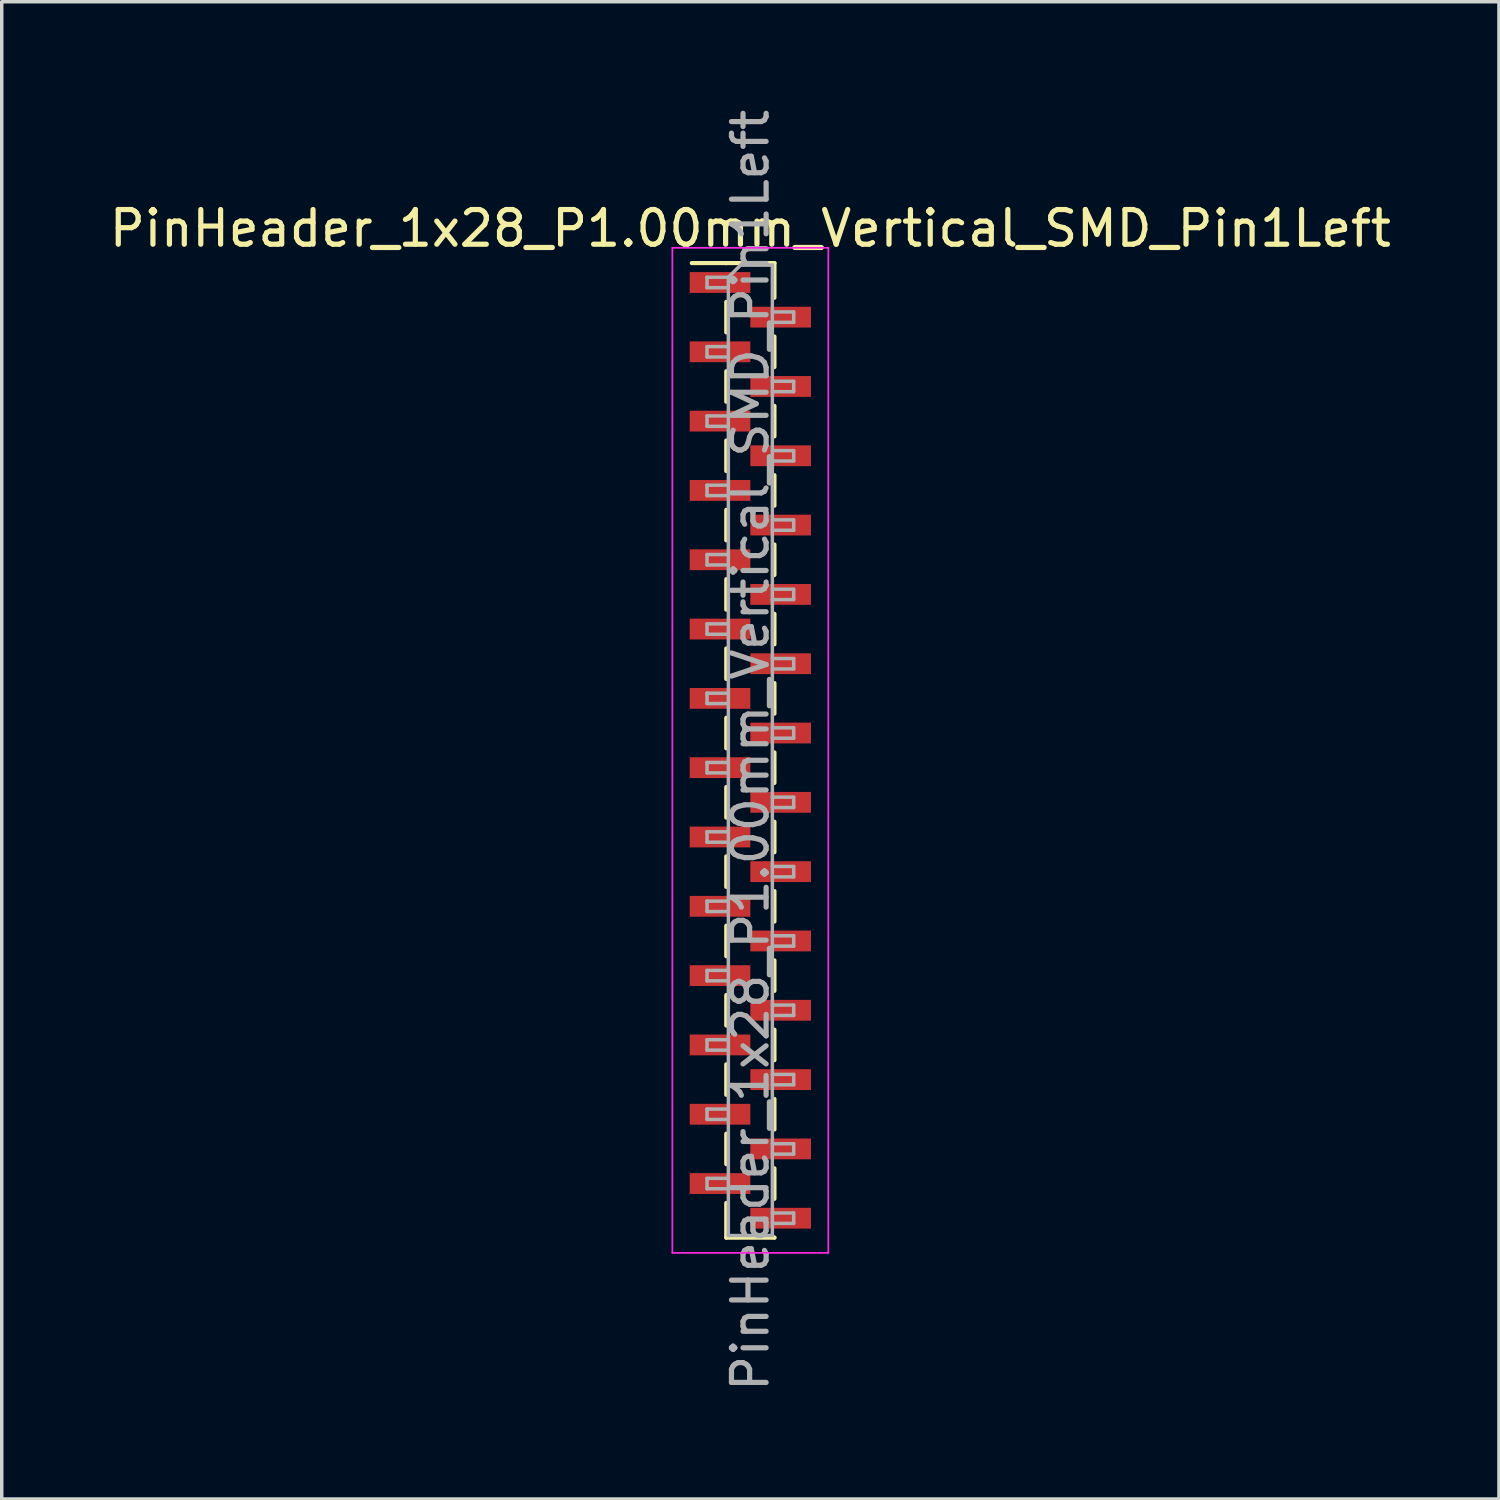
<source format=kicad_pcb>
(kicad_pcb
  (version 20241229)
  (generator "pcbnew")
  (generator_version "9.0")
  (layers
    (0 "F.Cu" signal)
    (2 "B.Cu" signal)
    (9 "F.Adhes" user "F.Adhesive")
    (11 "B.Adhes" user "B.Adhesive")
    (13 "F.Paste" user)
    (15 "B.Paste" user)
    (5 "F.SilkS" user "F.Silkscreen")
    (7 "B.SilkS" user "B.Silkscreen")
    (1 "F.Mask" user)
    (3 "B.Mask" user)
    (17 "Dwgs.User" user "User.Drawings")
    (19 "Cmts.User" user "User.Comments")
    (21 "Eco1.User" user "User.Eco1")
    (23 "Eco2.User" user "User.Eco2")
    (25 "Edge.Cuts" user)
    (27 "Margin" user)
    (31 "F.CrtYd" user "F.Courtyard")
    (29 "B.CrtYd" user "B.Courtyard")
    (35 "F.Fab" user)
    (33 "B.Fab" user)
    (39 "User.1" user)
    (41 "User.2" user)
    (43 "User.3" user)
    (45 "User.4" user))
  (footprint "PinHeader_1x28_P1.00mm_Vertical_SMD_Pin1Left"
    (layer "F.Cu")
    (at 18.601 18.601)
    (property "Reference" "PinHeader_1x28_P1.00mm_Vertical_SMD_Pin1Left" (at 0 -15.06 0) (layer "F.SilkS") (effects (font (size 1 1) (thickness 0.15))))
    (attr smd)
    (fp_line (start -0.695 -14.06) (end -1.69 -14.06) (stroke (width 0.12) (type solid)) (layer "F.SilkS"))
    (fp_line (start -0.695 -14.06) (end -0.695 -14.06) (stroke (width 0.12) (type solid)) (layer "F.SilkS"))
    (fp_line (start -0.695 -14.06) (end 0.695 -14.06) (stroke (width 0.12) (type solid)) (layer "F.SilkS"))
    (fp_line (start -0.695 -12.94) (end -0.695 -12.06) (stroke (width 0.12) (type solid)) (layer "F.SilkS"))
    (fp_line (start -0.695 -10.94) (end -0.695 -10.06) (stroke (width 0.12) (type solid)) (layer "F.SilkS"))
    (fp_line (start -0.695 -8.94) (end -0.695 -8.06) (stroke (width 0.12) (type solid)) (layer "F.SilkS"))
    (fp_line (start -0.695 -6.94) (end -0.695 -6.06) (stroke (width 0.12) (type solid)) (layer "F.SilkS"))
    (fp_line (start -0.695 -4.94) (end -0.695 -4.06) (stroke (width 0.12) (type solid)) (layer "F.SilkS"))
    (fp_line (start -0.695 -2.94) (end -0.695 -2.06) (stroke (width 0.12) (type solid)) (layer "F.SilkS"))
    (fp_line (start -0.695 -0.94) (end -0.695 -0.06) (stroke (width 0.12) (type solid)) (layer "F.SilkS"))
    (fp_line (start -0.695 1.06) (end -0.695 1.94) (stroke (width 0.12) (type solid)) (layer "F.SilkS"))
    (fp_line (start -0.695 3.06) (end -0.695 3.94) (stroke (width 0.12) (type solid)) (layer "F.SilkS"))
    (fp_line (start -0.695 5.06) (end -0.695 5.94) (stroke (width 0.12) (type solid)) (layer "F.SilkS"))
    (fp_line (start -0.695 7.06) (end -0.695 7.94) (stroke (width 0.12) (type solid)) (layer "F.SilkS"))
    (fp_line (start -0.695 9.06) (end -0.695 9.94) (stroke (width 0.12) (type solid)) (layer "F.SilkS"))
    (fp_line (start -0.695 11.06) (end -0.695 11.94) (stroke (width 0.12) (type solid)) (layer "F.SilkS"))
    (fp_line (start -0.695 13.06) (end -0.695 14.06) (stroke (width 0.12) (type solid)) (layer "F.SilkS"))
    (fp_line (start -0.695 14.06) (end 0.695 14.06) (stroke (width 0.12) (type solid)) (layer "F.SilkS"))
    (fp_line (start 0.695 -14.06) (end 0.695 -13.06) (stroke (width 0.12) (type solid)) (layer "F.SilkS"))
    (fp_line (start 0.695 -11.94) (end 0.695 -11.06) (stroke (width 0.12) (type solid)) (layer "F.SilkS"))
    (fp_line (start 0.695 -9.94) (end 0.695 -9.06) (stroke (width 0.12) (type solid)) (layer "F.SilkS"))
    (fp_line (start 0.695 -7.94) (end 0.695 -7.06) (stroke (width 0.12) (type solid)) (layer "F.SilkS"))
    (fp_line (start 0.695 -5.94) (end 0.695 -5.06) (stroke (width 0.12) (type solid)) (layer "F.SilkS"))
    (fp_line (start 0.695 -3.94) (end 0.695 -3.06) (stroke (width 0.12) (type solid)) (layer "F.SilkS"))
    (fp_line (start 0.695 -1.94) (end 0.695 -1.06) (stroke (width 0.12) (type solid)) (layer "F.SilkS"))
    (fp_line (start 0.695 0.06) (end 0.695 0.94) (stroke (width 0.12) (type solid)) (layer "F.SilkS"))
    (fp_line (start 0.695 2.06) (end 0.695 2.94) (stroke (width 0.12) (type solid)) (layer "F.SilkS"))
    (fp_line (start 0.695 4.06) (end 0.695 4.94) (stroke (width 0.12) (type solid)) (layer "F.SilkS"))
    (fp_line (start 0.695 6.06) (end 0.695 6.94) (stroke (width 0.12) (type solid)) (layer "F.SilkS"))
    (fp_line (start 0.695 8.06) (end 0.695 8.94) (stroke (width 0.12) (type solid)) (layer "F.SilkS"))
    (fp_line (start 0.695 10.06) (end 0.695 10.94) (stroke (width 0.12) (type solid)) (layer "F.SilkS"))
    (fp_line (start 0.695 12.06) (end 0.695 12.94) (stroke (width 0.12) (type solid)) (layer "F.SilkS"))
    (fp_line (start 0.695 14.06) (end 0.695 14.06) (stroke (width 0.12) (type solid)) (layer "F.SilkS"))
    (fp_line (start -2.25 -14.5) (end -2.25 14.5) (stroke (width 0.05) (type solid)) (layer "F.CrtYd"))
    (fp_line (start -2.25 14.5) (end 2.25 14.5) (stroke (width 0.05) (type solid)) (layer "F.CrtYd"))
    (fp_line (start 2.25 -14.5) (end -2.25 -14.5) (stroke (width 0.05) (type solid)) (layer "F.CrtYd"))
    (fp_line (start 2.25 14.5) (end 2.25 -14.5) (stroke (width 0.05) (type solid)) (layer "F.CrtYd"))
    (fp_line (start -1.25 -13.65) (end -1.25 -13.35) (stroke (width 0.1) (type solid)) (layer "F.Fab"))
    (fp_line (start -1.25 -13.35) (end -0.635 -13.35) (stroke (width 0.1) (type solid)) (layer "F.Fab"))
    (fp_line (start -1.25 -11.65) (end -1.25 -11.35) (stroke (width 0.1) (type solid)) (layer "F.Fab"))
    (fp_line (start -1.25 -11.35) (end -0.635 -11.35) (stroke (width 0.1) (type solid)) (layer "F.Fab"))
    (fp_line (start -1.25 -9.65) (end -1.25 -9.35) (stroke (width 0.1) (type solid)) (layer "F.Fab"))
    (fp_line (start -1.25 -9.35) (end -0.635 -9.35) (stroke (width 0.1) (type solid)) (layer "F.Fab"))
    (fp_line (start -1.25 -7.65) (end -1.25 -7.35) (stroke (width 0.1) (type solid)) (layer "F.Fab"))
    (fp_line (start -1.25 -7.35) (end -0.635 -7.35) (stroke (width 0.1) (type solid)) (layer "F.Fab"))
    (fp_line (start -1.25 -5.65) (end -1.25 -5.35) (stroke (width 0.1) (type solid)) (layer "F.Fab"))
    (fp_line (start -1.25 -5.35) (end -0.635 -5.35) (stroke (width 0.1) (type solid)) (layer "F.Fab"))
    (fp_line (start -1.25 -3.65) (end -1.25 -3.35) (stroke (width 0.1) (type solid)) (layer "F.Fab"))
    (fp_line (start -1.25 -3.35) (end -0.635 -3.35) (stroke (width 0.1) (type solid)) (layer "F.Fab"))
    (fp_line (start -1.25 -1.65) (end -1.25 -1.35) (stroke (width 0.1) (type solid)) (layer "F.Fab"))
    (fp_line (start -1.25 -1.35) (end -0.635 -1.35) (stroke (width 0.1) (type solid)) (layer "F.Fab"))
    (fp_line (start -1.25 0.35) (end -1.25 0.65) (stroke (width 0.1) (type solid)) (layer "F.Fab"))
    (fp_line (start -1.25 0.65) (end -0.635 0.65) (stroke (width 0.1) (type solid)) (layer "F.Fab"))
    (fp_line (start -1.25 2.35) (end -1.25 2.65) (stroke (width 0.1) (type solid)) (layer "F.Fab"))
    (fp_line (start -1.25 2.65) (end -0.635 2.65) (stroke (width 0.1) (type solid)) (layer "F.Fab"))
    (fp_line (start -1.25 4.35) (end -1.25 4.65) (stroke (width 0.1) (type solid)) (layer "F.Fab"))
    (fp_line (start -1.25 4.65) (end -0.635 4.65) (stroke (width 0.1) (type solid)) (layer "F.Fab"))
    (fp_line (start -1.25 6.35) (end -1.25 6.65) (stroke (width 0.1) (type solid)) (layer "F.Fab"))
    (fp_line (start -1.25 6.65) (end -0.635 6.65) (stroke (width 0.1) (type solid)) (layer "F.Fab"))
    (fp_line (start -1.25 8.35) (end -1.25 8.65) (stroke (width 0.1) (type solid)) (layer "F.Fab"))
    (fp_line (start -1.25 8.65) (end -0.635 8.65) (stroke (width 0.1) (type solid)) (layer "F.Fab"))
    (fp_line (start -1.25 10.35) (end -1.25 10.65) (stroke (width 0.1) (type solid)) (layer "F.Fab"))
    (fp_line (start -1.25 10.65) (end -0.635 10.65) (stroke (width 0.1) (type solid)) (layer "F.Fab"))
    (fp_line (start -1.25 12.35) (end -1.25 12.65) (stroke (width 0.1) (type solid)) (layer "F.Fab"))
    (fp_line (start -1.25 12.65) (end -0.635 12.65) (stroke (width 0.1) (type solid)) (layer "F.Fab"))
    (fp_line (start -0.635 -13.65) (end -1.25 -13.65) (stroke (width 0.1) (type solid)) (layer "F.Fab"))
    (fp_line (start -0.635 -13.65) (end -0.285 -14) (stroke (width 0.1) (type solid)) (layer "F.Fab"))
    (fp_line (start -0.635 -11.65) (end -1.25 -11.65) (stroke (width 0.1) (type solid)) (layer "F.Fab"))
    (fp_line (start -0.635 -9.65) (end -1.25 -9.65) (stroke (width 0.1) (type solid)) (layer "F.Fab"))
    (fp_line (start -0.635 -7.65) (end -1.25 -7.65) (stroke (width 0.1) (type solid)) (layer "F.Fab"))
    (fp_line (start -0.635 -5.65) (end -1.25 -5.65) (stroke (width 0.1) (type solid)) (layer "F.Fab"))
    (fp_line (start -0.635 -3.65) (end -1.25 -3.65) (stroke (width 0.1) (type solid)) (layer "F.Fab"))
    (fp_line (start -0.635 -1.65) (end -1.25 -1.65) (stroke (width 0.1) (type solid)) (layer "F.Fab"))
    (fp_line (start -0.635 0.35) (end -1.25 0.35) (stroke (width 0.1) (type solid)) (layer "F.Fab"))
    (fp_line (start -0.635 2.35) (end -1.25 2.35) (stroke (width 0.1) (type solid)) (layer "F.Fab"))
    (fp_line (start -0.635 4.35) (end -1.25 4.35) (stroke (width 0.1) (type solid)) (layer "F.Fab"))
    (fp_line (start -0.635 6.35) (end -1.25 6.35) (stroke (width 0.1) (type solid)) (layer "F.Fab"))
    (fp_line (start -0.635 8.35) (end -1.25 8.35) (stroke (width 0.1) (type solid)) (layer "F.Fab"))
    (fp_line (start -0.635 10.35) (end -1.25 10.35) (stroke (width 0.1) (type solid)) (layer "F.Fab"))
    (fp_line (start -0.635 12.35) (end -1.25 12.35) (stroke (width 0.1) (type solid)) (layer "F.Fab"))
    (fp_line (start -0.635 14) (end -0.635 -13.65) (stroke (width 0.1) (type solid)) (layer "F.Fab"))
    (fp_line (start -0.285 -14) (end 0.635 -14) (stroke (width 0.1) (type solid)) (layer "F.Fab"))
    (fp_line (start 0.635 -14) (end 0.635 14) (stroke (width 0.1) (type solid)) (layer "F.Fab"))
    (fp_line (start 0.635 -12.65) (end 1.25 -12.65) (stroke (width 0.1) (type solid)) (layer "F.Fab"))
    (fp_line (start 0.635 -10.65) (end 1.25 -10.65) (stroke (width 0.1) (type solid)) (layer "F.Fab"))
    (fp_line (start 0.635 -8.65) (end 1.25 -8.65) (stroke (width 0.1) (type solid)) (layer "F.Fab"))
    (fp_line (start 0.635 -6.65) (end 1.25 -6.65) (stroke (width 0.1) (type solid)) (layer "F.Fab"))
    (fp_line (start 0.635 -4.65) (end 1.25 -4.65) (stroke (width 0.1) (type solid)) (layer "F.Fab"))
    (fp_line (start 0.635 -2.65) (end 1.25 -2.65) (stroke (width 0.1) (type solid)) (layer "F.Fab"))
    (fp_line (start 0.635 -0.65) (end 1.25 -0.65) (stroke (width 0.1) (type solid)) (layer "F.Fab"))
    (fp_line (start 0.635 1.35) (end 1.25 1.35) (stroke (width 0.1) (type solid)) (layer "F.Fab"))
    (fp_line (start 0.635 3.35) (end 1.25 3.35) (stroke (width 0.1) (type solid)) (layer "F.Fab"))
    (fp_line (start 0.635 5.35) (end 1.25 5.35) (stroke (width 0.1) (type solid)) (layer "F.Fab"))
    (fp_line (start 0.635 7.35) (end 1.25 7.35) (stroke (width 0.1) (type solid)) (layer "F.Fab"))
    (fp_line (start 0.635 9.35) (end 1.25 9.35) (stroke (width 0.1) (type solid)) (layer "F.Fab"))
    (fp_line (start 0.635 11.35) (end 1.25 11.35) (stroke (width 0.1) (type solid)) (layer "F.Fab"))
    (fp_line (start 0.635 13.35) (end 1.25 13.35) (stroke (width 0.1) (type solid)) (layer "F.Fab"))
    (fp_line (start 0.635 14) (end -0.635 14) (stroke (width 0.1) (type solid)) (layer "F.Fab"))
    (fp_line (start 1.25 -12.65) (end 1.25 -12.35) (stroke (width 0.1) (type solid)) (layer "F.Fab"))
    (fp_line (start 1.25 -12.35) (end 0.635 -12.35) (stroke (width 0.1) (type solid)) (layer "F.Fab"))
    (fp_line (start 1.25 -10.65) (end 1.25 -10.35) (stroke (width 0.1) (type solid)) (layer "F.Fab"))
    (fp_line (start 1.25 -10.35) (end 0.635 -10.35) (stroke (width 0.1) (type solid)) (layer "F.Fab"))
    (fp_line (start 1.25 -8.65) (end 1.25 -8.35) (stroke (width 0.1) (type solid)) (layer "F.Fab"))
    (fp_line (start 1.25 -8.35) (end 0.635 -8.35) (stroke (width 0.1) (type solid)) (layer "F.Fab"))
    (fp_line (start 1.25 -6.65) (end 1.25 -6.35) (stroke (width 0.1) (type solid)) (layer "F.Fab"))
    (fp_line (start 1.25 -6.35) (end 0.635 -6.35) (stroke (width 0.1) (type solid)) (layer "F.Fab"))
    (fp_line (start 1.25 -4.65) (end 1.25 -4.35) (stroke (width 0.1) (type solid)) (layer "F.Fab"))
    (fp_line (start 1.25 -4.35) (end 0.635 -4.35) (stroke (width 0.1) (type solid)) (layer "F.Fab"))
    (fp_line (start 1.25 -2.65) (end 1.25 -2.35) (stroke (width 0.1) (type solid)) (layer "F.Fab"))
    (fp_line (start 1.25 -2.35) (end 0.635 -2.35) (stroke (width 0.1) (type solid)) (layer "F.Fab"))
    (fp_line (start 1.25 -0.65) (end 1.25 -0.35) (stroke (width 0.1) (type solid)) (layer "F.Fab"))
    (fp_line (start 1.25 -0.35) (end 0.635 -0.35) (stroke (width 0.1) (type solid)) (layer "F.Fab"))
    (fp_line (start 1.25 1.35) (end 1.25 1.65) (stroke (width 0.1) (type solid)) (layer "F.Fab"))
    (fp_line (start 1.25 1.65) (end 0.635 1.65) (stroke (width 0.1) (type solid)) (layer "F.Fab"))
    (fp_line (start 1.25 3.35) (end 1.25 3.65) (stroke (width 0.1) (type solid)) (layer "F.Fab"))
    (fp_line (start 1.25 3.65) (end 0.635 3.65) (stroke (width 0.1) (type solid)) (layer "F.Fab"))
    (fp_line (start 1.25 5.35) (end 1.25 5.65) (stroke (width 0.1) (type solid)) (layer "F.Fab"))
    (fp_line (start 1.25 5.65) (end 0.635 5.65) (stroke (width 0.1) (type solid)) (layer "F.Fab"))
    (fp_line (start 1.25 7.35) (end 1.25 7.65) (stroke (width 0.1) (type solid)) (layer "F.Fab"))
    (fp_line (start 1.25 7.65) (end 0.635 7.65) (stroke (width 0.1) (type solid)) (layer "F.Fab"))
    (fp_line (start 1.25 9.35) (end 1.25 9.65) (stroke (width 0.1) (type solid)) (layer "F.Fab"))
    (fp_line (start 1.25 9.65) (end 0.635 9.65) (stroke (width 0.1) (type solid)) (layer "F.Fab"))
    (fp_line (start 1.25 11.35) (end 1.25 11.65) (stroke (width 0.1) (type solid)) (layer "F.Fab"))
    (fp_line (start 1.25 11.65) (end 0.635 11.65) (stroke (width 0.1) (type solid)) (layer "F.Fab"))
    (fp_line (start 1.25 13.35) (end 1.25 13.65) (stroke (width 0.1) (type solid)) (layer "F.Fab"))
    (fp_line (start 1.25 13.65) (end 0.635 13.65) (stroke (width 0.1) (type solid)) (layer "F.Fab"))
    (fp_text user "${REFERENCE}" (at 0 0 90) (layer "F.Fab") (effects (font (size 1 1) (thickness 0.15))))
    (pad "1" smd rect (at -0.875 -13.5) (size 1.75 0.6) (layers "F.Cu" "F.Mask" "F.Paste"))
    (pad "2" smd rect (at 0.875 -12.5) (size 1.75 0.6) (layers "F.Cu" "F.Mask" "F.Paste"))
    (pad "3" smd rect (at -0.875 -11.5) (size 1.75 0.6) (layers "F.Cu" "F.Mask" "F.Paste"))
    (pad "4" smd rect (at 0.875 -10.5) (size 1.75 0.6) (layers "F.Cu" "F.Mask" "F.Paste"))
    (pad "5" smd rect (at -0.875 -9.5) (size 1.75 0.6) (layers "F.Cu" "F.Mask" "F.Paste"))
    (pad "6" smd rect (at 0.875 -8.5) (size 1.75 0.6) (layers "F.Cu" "F.Mask" "F.Paste"))
    (pad "7" smd rect (at -0.875 -7.5) (size 1.75 0.6) (layers "F.Cu" "F.Mask" "F.Paste"))
    (pad "8" smd rect (at 0.875 -6.5) (size 1.75 0.6) (layers "F.Cu" "F.Mask" "F.Paste"))
    (pad "9" smd rect (at -0.875 -5.5) (size 1.75 0.6) (layers "F.Cu" "F.Mask" "F.Paste"))
    (pad "10" smd rect (at 0.875 -4.5) (size 1.75 0.6) (layers "F.Cu" "F.Mask" "F.Paste"))
    (pad "11" smd rect (at -0.875 -3.5) (size 1.75 0.6) (layers "F.Cu" "F.Mask" "F.Paste"))
    (pad "12" smd rect (at 0.875 -2.5) (size 1.75 0.6) (layers "F.Cu" "F.Mask" "F.Paste"))
    (pad "13" smd rect (at -0.875 -1.5) (size 1.75 0.6) (layers "F.Cu" "F.Mask" "F.Paste"))
    (pad "14" smd rect (at 0.875 -0.5) (size 1.75 0.6) (layers "F.Cu" "F.Mask" "F.Paste"))
    (pad "15" smd rect (at -0.875 0.5) (size 1.75 0.6) (layers "F.Cu" "F.Mask" "F.Paste"))
    (pad "16" smd rect (at 0.875 1.5) (size 1.75 0.6) (layers "F.Cu" "F.Mask" "F.Paste"))
    (pad "17" smd rect (at -0.875 2.5) (size 1.75 0.6) (layers "F.Cu" "F.Mask" "F.Paste"))
    (pad "18" smd rect (at 0.875 3.5) (size 1.75 0.6) (layers "F.Cu" "F.Mask" "F.Paste"))
    (pad "19" smd rect (at -0.875 4.5) (size 1.75 0.6) (layers "F.Cu" "F.Mask" "F.Paste"))
    (pad "20" smd rect (at 0.875 5.5) (size 1.75 0.6) (layers "F.Cu" "F.Mask" "F.Paste"))
    (pad "21" smd rect (at -0.875 6.5) (size 1.75 0.6) (layers "F.Cu" "F.Mask" "F.Paste"))
    (pad "22" smd rect (at 0.875 7.5) (size 1.75 0.6) (layers "F.Cu" "F.Mask" "F.Paste"))
    (pad "23" smd rect (at -0.875 8.5) (size 1.75 0.6) (layers "F.Cu" "F.Mask" "F.Paste"))
    (pad "24" smd rect (at 0.875 9.5) (size 1.75 0.6) (layers "F.Cu" "F.Mask" "F.Paste"))
    (pad "25" smd rect (at -0.875 10.5) (size 1.75 0.6) (layers "F.Cu" "F.Mask" "F.Paste"))
    (pad "26" smd rect (at 0.875 11.5) (size 1.75 0.6) (layers "F.Cu" "F.Mask" "F.Paste"))
    (pad "27" smd rect (at -0.875 12.5) (size 1.75 0.6) (layers "F.Cu" "F.Mask" "F.Paste"))
    (pad "28" smd rect (at 0.875 13.5) (size 1.75 0.6) (layers "F.Cu" "F.Mask" "F.Paste")))
  (gr_rect
    (start -3 -3)
    (end 40.202 40.202)
    (stroke (width 0.1) (type default))
    (fill no)
    (layer "Edge.Cuts")))
</source>
